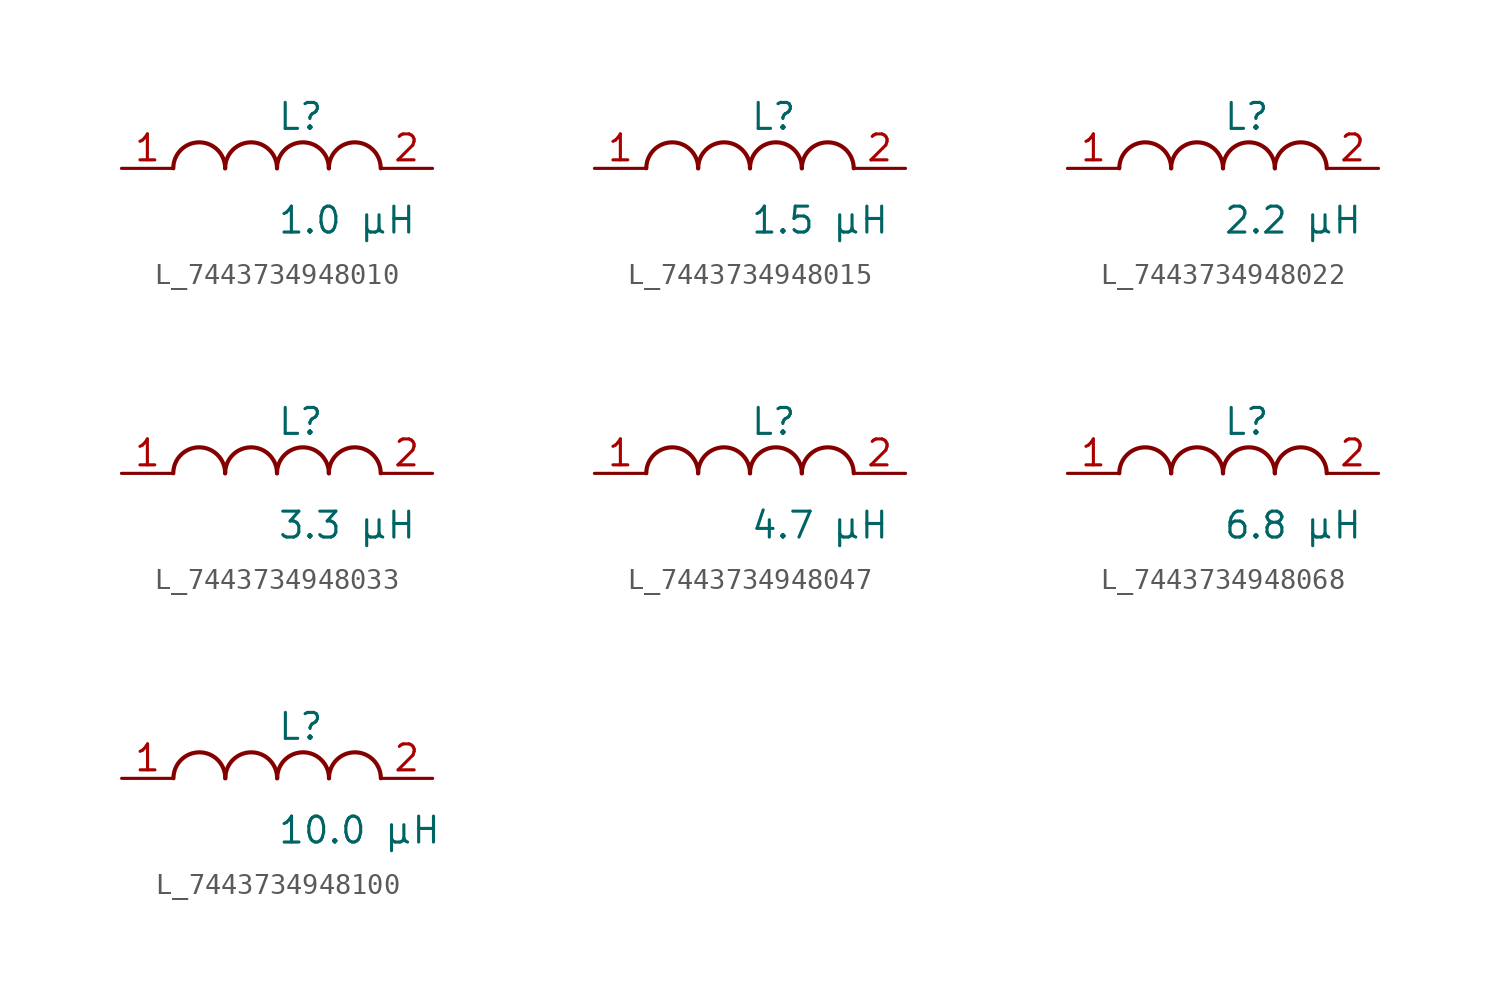
<source format=kicad_sym>
(kicad_symbol_lib
  (version 20231120)
  (generator kicad_symbol_editor)
  (generator_version 8.0)
  (symbol "L_7443734948010"
    (pin_names
      (offset 0.254))
    (property "Reference" "L"
      (at 0 2.54 0)
      (effects (font (size 1.27 1.27)) (justify left)))
    (property "Value" "1.0 µH"
      (at 0 -2.54 0)
      (effects (font (size 1.27 1.27)) (justify left)))
    (symbol "L_7443734948010_1_1"
      (arc (start -2.54 0.0056) (mid -3.81 1.27) (end -5.08 0.0056) (stroke (width 0.2032) (type default)) (fill (type none)))
      (arc (start 0 0.0056) (mid -1.27 1.27) (end -2.54 0.0056) (stroke (width 0.2032) (type default)) (fill (type none)))
      (arc (start 2.54 0.0056) (mid 1.27 1.27) (end 0 0.0056) (stroke (width 0.2032) (type default)) (fill (type none)))
      (arc (start 5.08 0.0056) (mid 3.81 1.27) (end 2.54 0.0056) (stroke (width 0.2032) (type default)) (fill (type none)))
      (pin unspecified line (at -7.62 0 0) (length 2.54) (name "" (effects (font (size 1.27 1.27)))) (number "1" (effects (font (size 1.27 1.27)))))
      (pin unspecified line (at 7.62 0 180) (length 2.54) (name "" (effects (font (size 1.27 1.27)))) (number "2" (effects (font (size 1.27 1.27)))))))
  (symbol "L_7443734948015"
    (pin_names
      (offset 0.254))
    (property "Reference" "L"
      (at 0 2.54 0)
      (effects (font (size 1.27 1.27)) (justify left)))
    (property "Value" "1.5 µH"
      (at 0 -2.54 0)
      (effects (font (size 1.27 1.27)) (justify left)))
    (symbol "L_7443734948015_1_1"
      (arc (start -2.54 0.0056) (mid -3.81 1.27) (end -5.08 0.0056) (stroke (width 0.2032) (type default)) (fill (type none)))
      (arc (start 0 0.0056) (mid -1.27 1.27) (end -2.54 0.0056) (stroke (width 0.2032) (type default)) (fill (type none)))
      (arc (start 2.54 0.0056) (mid 1.27 1.27) (end 0 0.0056) (stroke (width 0.2032) (type default)) (fill (type none)))
      (arc (start 5.08 0.0056) (mid 3.81 1.27) (end 2.54 0.0056) (stroke (width 0.2032) (type default)) (fill (type none)))
      (pin unspecified line (at -7.62 0 0) (length 2.54) (name "" (effects (font (size 1.27 1.27)))) (number "1" (effects (font (size 1.27 1.27)))))
      (pin unspecified line (at 7.62 0 180) (length 2.54) (name "" (effects (font (size 1.27 1.27)))) (number "2" (effects (font (size 1.27 1.27)))))))
  (symbol "L_7443734948022"
    (pin_names
      (offset 0.254))
    (property "Reference" "L"
      (at 0 2.54 0)
      (effects (font (size 1.27 1.27)) (justify left)))
    (property "Value" "2.2 µH"
      (at 0 -2.54 0)
      (effects (font (size 1.27 1.27)) (justify left)))
    (symbol "L_7443734948022_1_1"
      (arc (start -2.54 0.0056) (mid -3.81 1.27) (end -5.08 0.0056) (stroke (width 0.2032) (type default)) (fill (type none)))
      (arc (start 0 0.0056) (mid -1.27 1.27) (end -2.54 0.0056) (stroke (width 0.2032) (type default)) (fill (type none)))
      (arc (start 2.54 0.0056) (mid 1.27 1.27) (end 0 0.0056) (stroke (width 0.2032) (type default)) (fill (type none)))
      (arc (start 5.08 0.0056) (mid 3.81 1.27) (end 2.54 0.0056) (stroke (width 0.2032) (type default)) (fill (type none)))
      (pin unspecified line (at -7.62 0 0) (length 2.54) (name "" (effects (font (size 1.27 1.27)))) (number "1" (effects (font (size 1.27 1.27)))))
      (pin unspecified line (at 7.62 0 180) (length 2.54) (name "" (effects (font (size 1.27 1.27)))) (number "2" (effects (font (size 1.27 1.27)))))))
  (symbol "L_7443734948033"
    (pin_names
      (offset 0.254))
    (property "Reference" "L"
      (at 0 2.54 0)
      (effects (font (size 1.27 1.27)) (justify left)))
    (property "Value" "3.3 µH"
      (at 0 -2.54 0)
      (effects (font (size 1.27 1.27)) (justify left)))
    (symbol "L_7443734948033_1_1"
      (arc (start -2.54 0.0056) (mid -3.81 1.27) (end -5.08 0.0056) (stroke (width 0.2032) (type default)) (fill (type none)))
      (arc (start 0 0.0056) (mid -1.27 1.27) (end -2.54 0.0056) (stroke (width 0.2032) (type default)) (fill (type none)))
      (arc (start 2.54 0.0056) (mid 1.27 1.27) (end 0 0.0056) (stroke (width 0.2032) (type default)) (fill (type none)))
      (arc (start 5.08 0.0056) (mid 3.81 1.27) (end 2.54 0.0056) (stroke (width 0.2032) (type default)) (fill (type none)))
      (pin unspecified line (at -7.62 0 0) (length 2.54) (name "" (effects (font (size 1.27 1.27)))) (number "1" (effects (font (size 1.27 1.27)))))
      (pin unspecified line (at 7.62 0 180) (length 2.54) (name "" (effects (font (size 1.27 1.27)))) (number "2" (effects (font (size 1.27 1.27)))))))
  (symbol "L_7443734948047"
    (pin_names
      (offset 0.254))
    (property "Reference" "L"
      (at 0 2.54 0)
      (effects (font (size 1.27 1.27)) (justify left)))
    (property "Value" "4.7 µH"
      (at 0 -2.54 0)
      (effects (font (size 1.27 1.27)) (justify left)))
    (symbol "L_7443734948047_1_1"
      (arc (start -2.54 0.0056) (mid -3.81 1.27) (end -5.08 0.0056) (stroke (width 0.2032) (type default)) (fill (type none)))
      (arc (start 0 0.0056) (mid -1.27 1.27) (end -2.54 0.0056) (stroke (width 0.2032) (type default)) (fill (type none)))
      (arc (start 2.54 0.0056) (mid 1.27 1.27) (end 0 0.0056) (stroke (width 0.2032) (type default)) (fill (type none)))
      (arc (start 5.08 0.0056) (mid 3.81 1.27) (end 2.54 0.0056) (stroke (width 0.2032) (type default)) (fill (type none)))
      (pin unspecified line (at -7.62 0 0) (length 2.54) (name "" (effects (font (size 1.27 1.27)))) (number "1" (effects (font (size 1.27 1.27)))))
      (pin unspecified line (at 7.62 0 180) (length 2.54) (name "" (effects (font (size 1.27 1.27)))) (number "2" (effects (font (size 1.27 1.27)))))))
  (symbol "L_7443734948068"
    (pin_names
      (offset 0.254))
    (property "Reference" "L"
      (at 0 2.54 0)
      (effects (font (size 1.27 1.27)) (justify left)))
    (property "Value" "6.8 µH"
      (at 0 -2.54 0)
      (effects (font (size 1.27 1.27)) (justify left)))
    (symbol "L_7443734948068_1_1"
      (arc (start -2.54 0.0056) (mid -3.81 1.27) (end -5.08 0.0056) (stroke (width 0.2032) (type default)) (fill (type none)))
      (arc (start 0 0.0056) (mid -1.27 1.27) (end -2.54 0.0056) (stroke (width 0.2032) (type default)) (fill (type none)))
      (arc (start 2.54 0.0056) (mid 1.27 1.27) (end 0 0.0056) (stroke (width 0.2032) (type default)) (fill (type none)))
      (arc (start 5.08 0.0056) (mid 3.81 1.27) (end 2.54 0.0056) (stroke (width 0.2032) (type default)) (fill (type none)))
      (pin unspecified line (at -7.62 0 0) (length 2.54) (name "" (effects (font (size 1.27 1.27)))) (number "1" (effects (font (size 1.27 1.27)))))
      (pin unspecified line (at 7.62 0 180) (length 2.54) (name "" (effects (font (size 1.27 1.27)))) (number "2" (effects (font (size 1.27 1.27)))))))
  (symbol "L_7443734948100"
    (pin_names
      (offset 0.254))
    (property "Reference" "L"
      (at 0 2.54 0)
      (effects (font (size 1.27 1.27)) (justify left)))
    (property "Value" "10.0 µH"
      (at 0 -2.54 0)
      (effects (font (size 1.27 1.27)) (justify left)))
    (symbol "L_7443734948100_1_1"
      (arc (start -2.54 0.0056) (mid -3.81 1.27) (end -5.08 0.0056) (stroke (width 0.2032) (type default)) (fill (type none)))
      (arc (start 0 0.0056) (mid -1.27 1.27) (end -2.54 0.0056) (stroke (width 0.2032) (type default)) (fill (type none)))
      (arc (start 2.54 0.0056) (mid 1.27 1.27) (end 0 0.0056) (stroke (width 0.2032) (type default)) (fill (type none)))
      (arc (start 5.08 0.0056) (mid 3.81 1.27) (end 2.54 0.0056) (stroke (width 0.2032) (type default)) (fill (type none)))
      (pin unspecified line (at -7.62 0 0) (length 2.54) (name "" (effects (font (size 1.27 1.27)))) (number "1" (effects (font (size 1.27 1.27)))))
      (pin unspecified line (at 7.62 0 180) (length 2.54) (name "" (effects (font (size 1.27 1.27)))) (number "2" (effects (font (size 1.27 1.27))))))))
</source>
